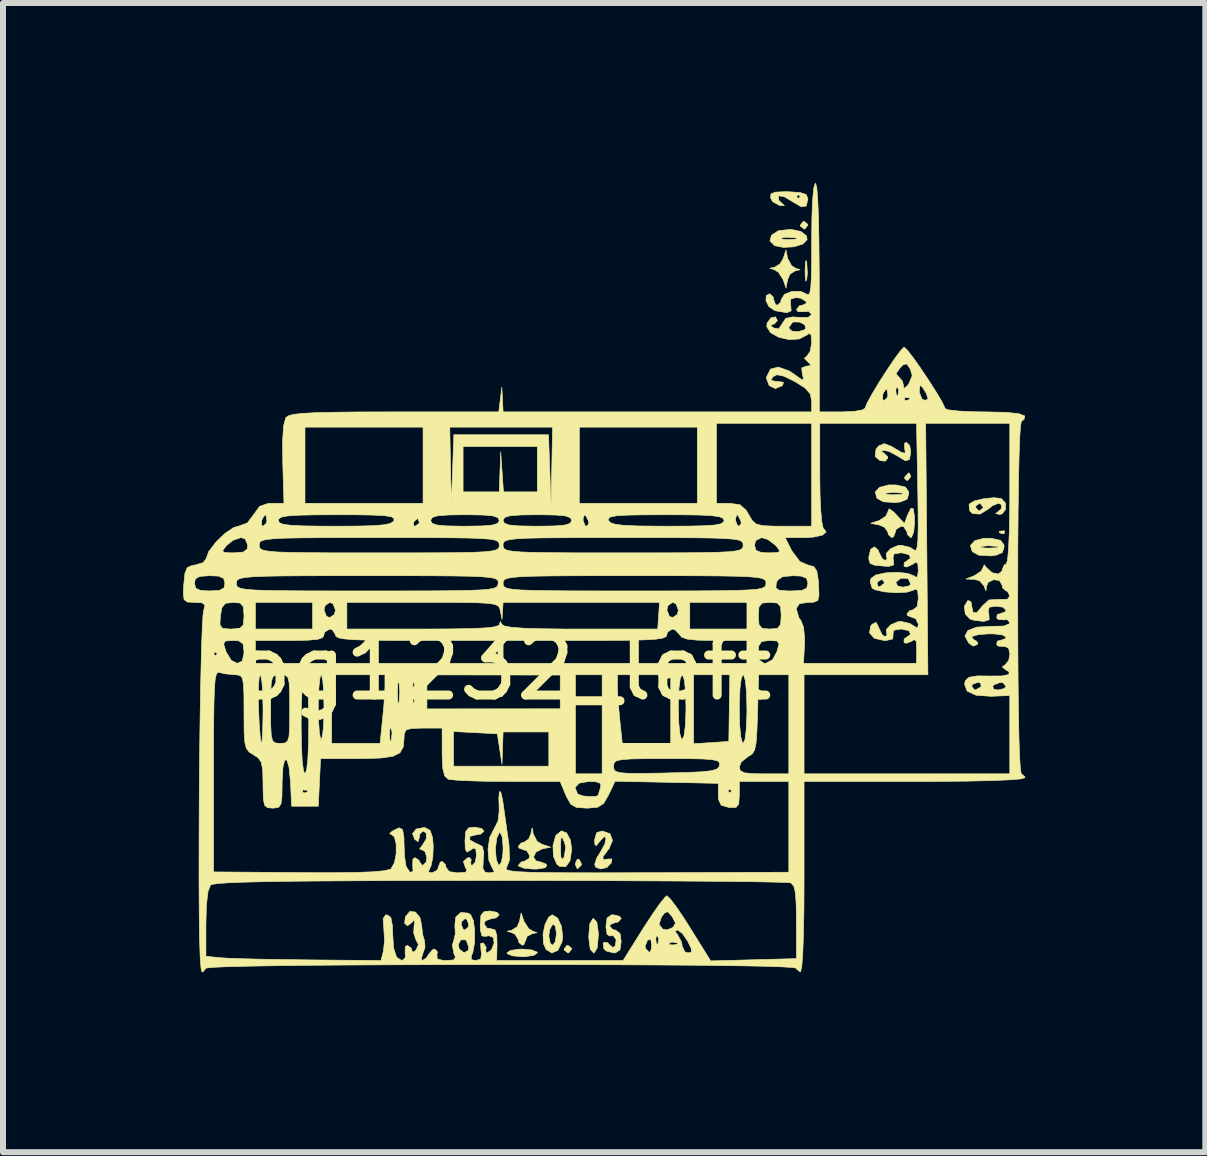
<source format=kicad_pcb>
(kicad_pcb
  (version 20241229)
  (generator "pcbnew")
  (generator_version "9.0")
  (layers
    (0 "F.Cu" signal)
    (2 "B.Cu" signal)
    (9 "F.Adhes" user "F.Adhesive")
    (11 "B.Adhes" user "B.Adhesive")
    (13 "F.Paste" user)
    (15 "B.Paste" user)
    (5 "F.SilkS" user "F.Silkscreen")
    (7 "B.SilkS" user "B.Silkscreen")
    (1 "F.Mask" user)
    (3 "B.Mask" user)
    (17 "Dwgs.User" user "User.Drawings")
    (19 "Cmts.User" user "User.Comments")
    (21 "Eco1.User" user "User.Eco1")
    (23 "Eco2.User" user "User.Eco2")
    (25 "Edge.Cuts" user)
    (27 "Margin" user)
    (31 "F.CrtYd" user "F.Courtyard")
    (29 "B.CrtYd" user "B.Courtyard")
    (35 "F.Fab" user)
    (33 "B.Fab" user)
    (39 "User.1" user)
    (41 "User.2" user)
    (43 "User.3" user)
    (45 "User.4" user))
  (footprint "pg1232_left"
    (layer "F.Cu")
    (at 5.355 7.579)
    (property "Reference" "pg1232_left" (at 0 0.5 0) (layer "F.SilkS") (effects (font (size 1 1) (thickness 0.15))))
    (attr through_hole)
    (fp_poly (pts (xy 8.341 -1.775) (xy 8.332 -1.737) (xy 8.298 -1.732) (xy 8.246 -1.756) (xy 8.256 -1.775) (xy 8.331 -1.782) (xy 8.341 -1.775)) (stroke (width 0.01) (type solid)) (fill yes) (layer "F.SilkS"))
    (fp_poly (pts (xy 1.251 3.698) (xy 1.287 3.774) (xy 1.279 3.797) (xy 1.217 3.853) (xy 1.187 3.789) (xy 1.186 3.757) (xy 1.217 3.691) (xy 1.251 3.698)) (stroke (width 0.01) (type solid)) (fill yes) (layer "F.SilkS"))
    (fp_poly (pts (xy -0.022 0.829) (xy -0.021 0.855) (xy -0.036 0.979) (xy -0.08 0.984) (xy -0.108 0.948) (xy -0.105 0.857) (xy -0.081 0.805) (xy -0.037 0.76) (xy -0.022 0.829)) (stroke (width 0.01) (type solid)) (fill yes) (layer "F.SilkS"))
    (fp_poly (pts (xy 1.121 5.174) (xy 1.123 5.189) (xy 1.074 5.251) (xy 1.059 5.253) (xy 0.998 5.204) (xy 0.996 5.189) (xy 1.044 5.128) (xy 1.059 5.126) (xy 1.121 5.174)) (stroke (width 0.01) (type solid)) (fill yes) (layer "F.SilkS"))
    (fp_poly (pts (xy 5.041 -6.257) (xy 5.051 -6.072) (xy 5.041 -5.971) (xy 5.025 -5.941) (xy 5.015 -6.021) (xy 5.013 -6.114) (xy 5.018 -6.251) (xy 5.031 -6.289) (xy 5.041 -6.257)) (stroke (width 0.01) (type solid)) (fill yes) (layer "F.SilkS"))
    (fp_poly (pts (xy 5.058 -6.891) (xy 5.06 -6.876) (xy 5.011 -6.814) (xy 4.996 -6.812) (xy 4.935 -6.861) (xy 4.933 -6.876) (xy 4.981 -6.937) (xy 4.996 -6.939) (xy 5.058 -6.891)) (stroke (width 0.01) (type solid)) (fill yes) (layer "F.SilkS"))
    (fp_poly (pts (xy 6.773 -2.699) (xy 6.774 -2.685) (xy 6.725 -2.624) (xy 6.707 -2.621) (xy 6.669 -2.66) (xy 6.679 -2.685) (xy 6.736 -2.745) (xy 6.746 -2.748) (xy 6.773 -2.699)) (stroke (width 0.01) (type solid)) (fill yes) (layer "F.SilkS"))
    (fp_poly (pts (xy 0.456 5.203) (xy 0.545 5.238) (xy 0.551 5.253) (xy 0.495 5.292) (xy 0.354 5.315) (xy 0.297 5.316) (xy 0.138 5.302) (xy 0.05 5.267) (xy 0.043 5.253) (xy 0.1 5.213) (xy 0.24 5.191) (xy 0.297 5.189) (xy 0.456 5.203)) (stroke (width 0.01) (type solid)) (fill yes) (layer "F.SilkS"))
    (fp_poly (pts (xy 1.543 4.742) (xy 1.567 4.919) (xy 1.567 4.967) (xy 1.55 5.166) (xy 1.501 5.25) (xy 1.488 5.253) (xy 1.433 5.192) (xy 1.409 5.015) (xy 1.408 4.967) (xy 1.425 4.768) (xy 1.474 4.684) (xy 1.488 4.681) (xy 1.543 4.742)) (stroke (width 0.01) (type solid)) (fill yes) (layer "F.SilkS"))
    (fp_poly (pts (xy 4.722 -6.324) (xy 4.788 -6.201) (xy 4.857 -6.157) (xy 4.932 -6.133) (xy 4.883 -6.123) (xy 4.858 -6.121) (xy 4.763 -6.061) (xy 4.723 -5.971) (xy 4.695 -5.828) (xy 4.648 -5.968) (xy 4.57 -6.09) (xy 4.498 -6.135) (xy 4.426 -6.158) (xy 4.478 -6.169) (xy 4.497 -6.17) (xy 4.595 -6.23) (xy 4.648 -6.32) (xy 4.695 -6.463) (xy 4.722 -6.324)) (stroke (width 0.01) (type solid)) (fill yes) (layer "F.SilkS"))
    (fp_poly (pts (xy 0.327 4.725) (xy 0.406 4.848) (xy 0.478 4.893) (xy 0.546 4.916) (xy 0.489 4.927) (xy 0.472 4.928) (xy 0.378 4.979) (xy 0.361 5.03) (xy 0.326 5.115) (xy 0.297 5.126) (xy 0.24 5.075) (xy 0.234 5.035) (xy 0.181 4.944) (xy 0.123 4.915) (xy 0.048 4.891) (xy 0.096 4.881) (xy 0.118 4.879) (xy 0.213 4.819) (xy 0.253 4.729) (xy 0.281 4.586) (xy 0.327 4.725)) (stroke (width 0.01) (type solid)) (fill yes) (layer "F.SilkS"))
    (fp_poly (pts (xy 4.941 -6.772) (xy 5.037 -6.698) (xy 5.047 -6.635) (xy 4.977 -6.562) (xy 4.829 -6.516) (xy 4.653 -6.505) (xy 4.504 -6.535) (xy 4.428 -6.613) (xy 4.437 -6.647) (xy 4.611 -6.647) (xy 4.699 -6.637) (xy 4.742 -6.637) (xy 4.858 -6.643) (xy 4.871 -6.66) (xy 4.853 -6.666) (xy 4.692 -6.675) (xy 4.631 -6.666) (xy 4.611 -6.647) (xy 4.437 -6.647) (xy 4.453 -6.708) (xy 4.564 -6.781) (xy 4.583 -6.786) (xy 4.778 -6.806) (xy 4.941 -6.772)) (stroke (width 0.01) (type solid)) (fill yes) (layer "F.SilkS"))
    (fp_poly (pts (xy 6.532 -2.546) (xy 6.683 -2.512) (xy 6.739 -2.436) (xy 6.742 -2.399) (xy 6.714 -2.309) (xy 6.606 -2.264) (xy 6.515 -2.253) (xy 6.32 -2.265) (xy 6.212 -2.324) (xy 6.191 -2.395) (xy 6.343 -2.395) (xy 6.419 -2.385) (xy 6.488 -2.383) (xy 6.619 -2.388) (xy 6.653 -2.403) (xy 6.632 -2.411) (xy 6.48 -2.423) (xy 6.378 -2.412) (xy 6.343 -2.395) (xy 6.191 -2.395) (xy 6.181 -2.427) (xy 6.254 -2.507) (xy 6.408 -2.547) (xy 6.532 -2.546)) (stroke (width 0.01) (type solid)) (fill yes) (layer "F.SilkS"))
    (fp_poly (pts (xy 8.119 -1.657) (xy 8.271 -1.623) (xy 8.327 -1.547) (xy 8.33 -1.51) (xy 8.301 -1.42) (xy 8.193 -1.375) (xy 8.102 -1.364) (xy 7.908 -1.376) (xy 7.8 -1.435) (xy 7.778 -1.506) (xy 7.93 -1.506) (xy 8.007 -1.496) (xy 8.076 -1.494) (xy 8.207 -1.499) (xy 8.24 -1.514) (xy 8.22 -1.522) (xy 8.067 -1.534) (xy 7.966 -1.523) (xy 7.93 -1.506) (xy 7.778 -1.506) (xy 7.769 -1.538) (xy 7.842 -1.618) (xy 7.995 -1.658) (xy 8.119 -1.657)) (stroke (width 0.01) (type solid)) (fill yes) (layer "F.SilkS"))
    (fp_poly (pts (xy 1.039 3.254) (xy 1.103 3.375) (xy 1.123 3.529) (xy 1.095 3.718) (xy 1.024 3.817) (xy 0.923 3.811) (xy 0.876 3.775) (xy 0.819 3.645) (xy 0.813 3.506) (xy 0.938 3.506) (xy 0.943 3.657) (xy 0.966 3.694) (xy 0.998 3.655) (xy 1.024 3.492) (xy 1 3.401) (xy 0.962 3.323) (xy 0.944 3.344) (xy 0.938 3.478) (xy 0.938 3.506) (xy 0.813 3.506) (xy 0.811 3.466) (xy 0.855 3.305) (xy 0.863 3.291) (xy 0.952 3.219) (xy 1.039 3.254)) (stroke (width 0.01) (type solid)) (fill yes) (layer "F.SilkS"))
    (fp_poly (pts (xy 0.89 4.673) (xy 0.953 4.81) (xy 0.973 4.983) (xy 0.963 5.066) (xy 0.893 5.21) (xy 0.793 5.254) (xy 0.697 5.196) (xy 0.653 5.098) (xy 0.647 4.971) (xy 0.742 4.971) (xy 0.764 5.088) (xy 0.805 5.126) (xy 0.849 5.07) (xy 0.869 4.937) (xy 0.869 4.931) (xy 0.851 4.805) (xy 0.807 4.775) (xy 0.805 4.776) (xy 0.756 4.864) (xy 0.742 4.971) (xy 0.647 4.971) (xy 0.645 4.943) (xy 0.679 4.779) (xy 0.741 4.655) (xy 0.801 4.618) (xy 0.89 4.673)) (stroke (width 0.01) (type solid)) (fill yes) (layer "F.SilkS"))
    (fp_poly (pts (xy 1.761 3.266) (xy 1.803 3.377) (xy 1.747 3.514) (xy 1.734 3.53) (xy 1.644 3.65) (xy 1.65 3.702) (xy 1.727 3.688) (xy 1.794 3.687) (xy 1.783 3.753) (xy 1.71 3.829) (xy 1.605 3.854) (xy 1.522 3.823) (xy 1.506 3.776) (xy 1.543 3.667) (xy 1.601 3.574) (xy 1.675 3.439) (xy 1.694 3.355) (xy 1.677 3.307) (xy 1.616 3.364) (xy 1.601 3.383) (xy 1.531 3.467) (xy 1.509 3.442) (xy 1.506 3.364) (xy 1.54 3.248) (xy 1.633 3.221) (xy 1.761 3.266)) (stroke (width 0.01) (type solid)) (fill yes) (layer "F.SilkS"))
    (fp_poly (pts (xy 6.757 -3.202) (xy 6.774 -3.098) (xy 6.754 -2.97) (xy 6.684 -2.95) (xy 6.549 -3.032) (xy 6.548 -3.032) (xy 6.414 -3.104) (xy 6.33 -3.122) (xy 6.277 -3.109) (xy 6.314 -3.087) (xy 6.387 -3.021) (xy 6.393 -2.997) (xy 6.351 -2.943) (xy 6.263 -2.952) (xy 6.188 -3.015) (xy 6.181 -3.029) (xy 6.195 -3.141) (xy 6.238 -3.196) (xy 6.333 -3.235) (xy 6.454 -3.189) (xy 6.486 -3.169) (xy 6.628 -3.084) (xy 6.685 -3.079) (xy 6.674 -3.151) (xy 6.67 -3.161) (xy 6.673 -3.243) (xy 6.704 -3.256) (xy 6.757 -3.202)) (stroke (width 0.01) (type solid)) (fill yes) (layer "F.SilkS"))
    (fp_poly (pts (xy 6.816 -2.15) (xy 6.836 -2.019) (xy 6.838 -1.923) (xy 6.824 -1.764) (xy 6.788 -1.675) (xy 6.774 -1.669) (xy 6.718 -1.72) (xy 6.711 -1.764) (xy 6.66 -1.848) (xy 6.615 -1.859) (xy 6.531 -1.808) (xy 6.52 -1.764) (xy 6.486 -1.68) (xy 6.457 -1.669) (xy 6.4 -1.72) (xy 6.393 -1.76) (xy 6.339 -1.841) (xy 6.25 -1.879) (xy 6.107 -1.907) (xy 6.25 -1.954) (xy 6.361 -2.028) (xy 6.393 -2.101) (xy 6.413 -2.149) (xy 6.483 -2.102) (xy 6.531 -2.053) (xy 6.669 -1.904) (xy 6.72 -2.041) (xy 6.777 -2.158) (xy 6.816 -2.15)) (stroke (width 0.01) (type solid)) (fill yes) (layer "F.SilkS"))
    (fp_poly (pts (xy 4.738 -7.433) (xy 4.933 -7.42) (xy 5.031 -7.387) (xy 5.059 -7.322) (xy 5.06 -7.313) (xy 5.033 -7.196) (xy 4.947 -7.183) (xy 4.794 -7.274) (xy 4.791 -7.276) (xy 4.663 -7.352) (xy 4.659 -7.352) (xy 4.869 -7.352) (xy 4.901 -7.32) (xy 4.933 -7.352) (xy 4.901 -7.384) (xy 4.869 -7.352) (xy 4.659 -7.352) (xy 4.577 -7.365) (xy 4.57 -7.36) (xy 4.574 -7.292) (xy 4.617 -7.25) (xy 4.668 -7.204) (xy 4.605 -7.203) (xy 4.584 -7.206) (xy 4.471 -7.27) (xy 4.437 -7.333) (xy 4.445 -7.397) (xy 4.517 -7.427) (xy 4.683 -7.434) (xy 4.738 -7.433)) (stroke (width 0.01) (type solid)) (fill yes) (layer "F.SilkS"))
    (fp_poly (pts (xy 1.924 4.644) (xy 1.948 4.681) (xy 1.897 4.738) (xy 1.853 4.745) (xy 1.768 4.779) (xy 1.758 4.808) (xy 1.809 4.865) (xy 1.853 4.872) (xy 1.929 4.929) (xy 1.948 5.062) (xy 1.928 5.202) (xy 1.853 5.251) (xy 1.825 5.253) (xy 1.702 5.222) (xy 1.66 5.185) (xy 1.648 5.094) (xy 1.66 5.076) (xy 1.722 5.082) (xy 1.753 5.118) (xy 1.814 5.165) (xy 1.849 5.132) (xy 1.865 5.035) (xy 1.818 4.966) (xy 1.753 4.97) (xy 1.713 4.942) (xy 1.694 4.824) (xy 1.694 4.812) (xy 1.713 4.671) (xy 1.785 4.62) (xy 1.821 4.618) (xy 1.924 4.644)) (stroke (width 0.01) (type solid)) (fill yes) (layer "F.SilkS"))
    (fp_poly (pts (xy 0.474 3.194) (xy 0.479 3.261) (xy 0.544 3.391) (xy 0.631 3.444) (xy 0.773 3.491) (xy 0.631 3.519) (xy 0.527 3.573) (xy 0.488 3.655) (xy 0.526 3.718) (xy 0.579 3.729) (xy 0.687 3.767) (xy 0.71 3.792) (xy 0.681 3.834) (xy 0.547 3.855) (xy 0.491 3.856) (xy 0.331 3.842) (xy 0.241 3.807) (xy 0.234 3.792) (xy 0.285 3.736) (xy 0.329 3.729) (xy 0.413 3.678) (xy 0.424 3.633) (xy 0.373 3.549) (xy 0.329 3.538) (xy 0.244 3.504) (xy 0.234 3.475) (xy 0.285 3.418) (xy 0.325 3.411) (xy 0.406 3.357) (xy 0.443 3.268) (xy 0.464 3.17) (xy 0.474 3.194)) (stroke (width 0.01) (type solid)) (fill yes) (layer "F.SilkS"))
    (fp_poly (pts (xy 8.282 -2.32) (xy 8.353 -2.245) (xy 8.355 -2.139) (xy 8.295 -2.063) (xy 8.251 -2.055) (xy 8.19 -2.071) (xy 8.219 -2.092) (xy 8.29 -2.156) (xy 8.281 -2.223) (xy 8.23 -2.24) (xy 8.134 -2.199) (xy 8.067 -2.145) (xy 7.93 -2.061) (xy 7.805 -2.069) (xy 7.758 -2.113) (xy 7.75 -2.177) (xy 7.854 -2.177) (xy 7.902 -2.115) (xy 7.917 -2.113) (xy 7.979 -2.162) (xy 7.981 -2.177) (xy 7.932 -2.238) (xy 7.917 -2.24) (xy 7.856 -2.192) (xy 7.854 -2.177) (xy 7.75 -2.177) (xy 7.746 -2.215) (xy 7.754 -2.233) (xy 7.839 -2.281) (xy 7.995 -2.318) (xy 8.162 -2.334) (xy 8.282 -2.32)) (stroke (width 0.01) (type solid)) (fill yes) (layer "F.SilkS"))
    (fp_poly (pts (xy 5.207 -7.512) (xy 5.223 -7.326) (xy 5.236 -7.022) (xy 5.244 -6.604) (xy 5.249 -6.075) (xy 5.25 -5.669) (xy 5.25 -3.764) (xy 5.631 -3.764) (xy 5.832 -3.773) (xy 5.97 -3.797) (xy 6.012 -3.825) (xy 6.044 -3.907) (xy 6.078 -3.968) (xy 6.305 -3.968) (xy 6.332 -3.955) (xy 6.377 -3.997) (xy 6.668 -3.997) (xy 6.677 -3.959) (xy 6.711 -3.955) (xy 6.763 -3.978) (xy 6.753 -3.997) (xy 6.678 -4.005) (xy 6.668 -3.997) (xy 6.377 -3.997) (xy 6.386 -4.006) (xy 6.393 -4.05) (xy 6.382 -4.119) (xy 6.525 -4.119) (xy 6.537 -4.036) (xy 6.559 -4.035) (xy 6.574 -4.12) (xy 6.564 -4.157) (xy 6.535 -4.181) (xy 6.525 -4.119) (xy 6.382 -4.119) (xy 6.38 -4.135) (xy 6.368 -4.145) (xy 6.327 -4.096) (xy 6.307 -4.05) (xy 6.305 -3.968) (xy 6.078 -3.968) (xy 6.128 -4.06) (xy 6.244 -4.253) (xy 6.34 -4.402) (xy 6.529 -4.402) (xy 6.568 -4.355) (xy 6.568 -4.355) (xy 6.638 -4.274) (xy 6.649 -4.219) (xy 6.661 -4.154) (xy 6.663 -4.156) (xy 6.918 -4.156) (xy 6.919 -4.082) (xy 6.962 -3.978) (xy 7.012 -3.955) (xy 7.064 -3.981) (xy 7.031 -4.077) (xy 7.028 -4.082) (xy 6.965 -4.181) (xy 6.935 -4.209) (xy 6.918 -4.156) (xy 6.663 -4.156) (xy 6.707 -4.189) (xy 6.742 -4.233) (xy 6.799 -4.368) (xy 6.766 -4.479) (xy 6.707 -4.565) (xy 6.647 -4.548) (xy 6.593 -4.494) (xy 6.529 -4.402) (xy 6.34 -4.402) (xy 6.375 -4.457) (xy 6.5 -4.643) (xy 6.602 -4.781) (xy 6.661 -4.843) (xy 6.664 -4.843) (xy 6.717 -4.794) (xy 6.817 -4.665) (xy 6.944 -4.485) (xy 7.079 -4.282) (xy 7.204 -4.086) (xy 7.299 -3.926) (xy 7.344 -3.829) (xy 7.346 -3.82) (xy 7.405 -3.797) (xy 7.565 -3.779) (xy 7.799 -3.767) (xy 8.012 -3.764) (xy 8.354 -3.757) (xy 8.574 -3.735) (xy 8.675 -3.696) (xy 8.663 -3.64) (xy 8.618 -3.607) (xy 8.604 -3.535) (xy 8.591 -3.344) (xy 8.58 -3.04) (xy 8.571 -2.63) (xy 8.564 -2.123) (xy 8.559 -1.525) (xy 8.558 -0.843) (xy 8.557 -0.651) (xy 8.559 0.064) (xy 8.563 0.69) (xy 8.569 1.22) (xy 8.577 1.649) (xy 8.588 1.97) (xy 8.601 2.178) (xy 8.615 2.266) (xy 8.618 2.268) (xy 8.677 2.317) (xy 8.679 2.332) (xy 8.616 2.352) (xy 8.431 2.368) (xy 8.128 2.381) (xy 7.711 2.39) (xy 7.184 2.395) (xy 6.838 2.395) (xy 4.996 2.395) (xy 4.996 3.983) (xy 4.994 4.519) (xy 4.986 4.951) (xy 4.974 5.273) (xy 4.958 5.481) (xy 4.937 5.568) (xy 4.933 5.57) (xy 4.871 5.523) (xy 4.869 5.508) (xy 4.806 5.496) (xy 4.619 5.485) (xy 4.311 5.475) (xy 3.886 5.467) (xy 3.346 5.46) (xy 2.694 5.455) (xy 1.933 5.451) (xy 1.067 5.448) (xy 0.098 5.448) (xy -0.052 5.448) (xy -1.005 5.449) (xy -1.867 5.451) (xy -2.632 5.455) (xy -3.297 5.46) (xy -3.857 5.467) (xy -4.309 5.475) (xy -4.647 5.484) (xy -4.868 5.494) (xy -4.968 5.506) (xy -4.973 5.509) (xy -5.022 5.568) (xy -5.038 5.57) (xy -5.055 5.508) (xy -5.069 5.321) (xy -5.079 5.01) (xy -5.083 4.754) (xy -4.973 4.754) (xy -4.973 5.309) (xy -4.735 5.333) (xy -4.597 5.342) (xy -4.357 5.35) (xy -4.039 5.358) (xy -3.668 5.364) (xy -3.276 5.369) (xy -2.055 5.38) (xy -2.014 5.218) (xy -1.996 5.039) (xy -2.009 4.837) (xy -2.02 4.682) (xy -1.98 4.622) (xy -1.953 4.618) (xy -1.891 4.661) (xy -1.864 4.802) (xy -1.862 4.898) (xy -1.846 5.169) (xy -1.795 5.326) (xy -1.707 5.38) (xy -1.702 5.38) (xy -1.647 5.331) (xy -1.653 5.253) (xy -1.651 5.151) (xy -1.615 5.126) (xy -1.549 5.175) (xy -1.544 5.202) (xy -1.524 5.245) (xy -1.471 5.205) (xy -1.431 5.112) (xy -1.468 5.046) (xy -1.51 4.922) (xy -1.504 4.805) (xy -1.49 4.707) (xy -1.519 4.72) (xy -1.535 4.743) (xy -1.613 4.801) (xy -1.661 4.759) (xy -1.648 4.648) (xy -1.573 4.561) (xy -1.481 4.572) (xy -1.405 4.665) (xy -1.379 4.784) (xy -1.361 4.947) (xy -1.329 5.052) (xy -1.321 5.159) (xy -1.353 5.251) (xy -1.385 5.35) (xy -1.363 5.38) (xy -1.291 5.329) (xy -1.267 5.284) (xy -1.196 5.2) (xy -1.159 5.189) (xy -1.114 5.235) (xy -1.123 5.284) (xy -1.117 5.354) (xy -1.014 5.379) (xy -0.969 5.38) (xy -0.841 5.369) (xy -0.814 5.323) (xy -0.839 5.265) (xy -0.866 5.125) (xy -0.863 5.114) (xy -0.767 5.114) (xy -0.751 5.189) (xy -0.67 5.25) (xy -0.603 5.214) (xy -0.592 5.161) (xy -0.628 5.055) (xy -0.651 5.033) (xy -0.726 5.037) (xy -0.767 5.114) (xy -0.863 5.114) (xy -0.846 5.062) (xy -0.816 4.935) (xy -0.824 4.804) (xy -0.822 4.776) (xy -0.719 4.776) (xy -0.685 4.861) (xy -0.655 4.872) (xy -0.599 4.82) (xy -0.592 4.776) (xy -0.626 4.692) (xy -0.655 4.681) (xy -0.712 4.733) (xy -0.719 4.776) (xy -0.822 4.776) (xy -0.81 4.658) (xy -0.723 4.578) (xy -0.6 4.591) (xy -0.56 4.618) (xy -0.514 4.719) (xy -0.493 4.894) (xy -0.496 5.088) (xy -0.526 5.251) (xy -0.549 5.3) (xy -0.551 5.365) (xy -0.477 5.38) (xy -0.392 5.355) (xy -0.38 5.257) (xy -0.388 5.212) (xy -0.395 5.095) (xy -0.349 5.087) (xy -0.346 5.089) (xy -0.3 5.165) (xy -0.309 5.194) (xy -0.303 5.249) (xy -0.285 5.253) (xy -0.213 5.201) (xy -0.17 5.091) (xy -0.181 4.996) (xy -0.26 4.966) (xy -0.308 4.977) (xy -0.372 4.971) (xy -0.399 4.873) (xy -0.401 4.783) (xy -0.39 4.63) (xy -0.34 4.566) (xy -0.243 4.554) (xy -0.123 4.576) (xy -0.084 4.618) (xy -0.137 4.669) (xy -0.211 4.681) (xy -0.314 4.718) (xy -0.338 4.769) (xy -0.287 4.84) (xy -0.227 4.849) (xy -0.156 4.867) (xy -0.125 4.955) (xy -0.121 5.11) (xy -0.127 5.38) (xy 1.98 5.38) (xy 2.128 5.143) (xy 2.346 5.143) (xy 2.358 5.184) (xy 2.42 5.249) (xy 2.452 5.191) (xy 2.456 5.113) (xy 2.456 5.111) (xy 2.738 5.111) (xy 2.8 5.121) (xy 2.882 5.109) (xy 2.883 5.087) (xy 2.798 5.072) (xy 2.762 5.082) (xy 2.738 5.111) (xy 2.456 5.111) (xy 2.441 5.025) (xy 2.525 5.025) (xy 2.536 5.108) (xy 2.558 5.109) (xy 2.573 5.024) (xy 2.563 4.987) (xy 2.535 4.963) (xy 2.525 5.025) (xy 2.441 5.025) (xy 2.441 5.021) (xy 2.387 5.043) (xy 2.386 5.044) (xy 2.346 5.143) (xy 2.128 5.143) (xy 2.285 4.892) (xy 2.845 4.892) (xy 2.888 4.948) (xy 2.955 5.075) (xy 2.964 5.138) (xy 3.008 5.234) (xy 3.061 5.253) (xy 3.12 5.24) (xy 3.115 5.179) (xy 3.059 5.062) (xy 2.972 4.933) (xy 2.892 4.872) (xy 2.886 4.872) (xy 2.845 4.892) (xy 2.285 4.892) (xy 2.318 4.84) (xy 2.359 4.777) (xy 2.579 4.777) (xy 2.641 4.857) (xy 2.71 4.87) (xy 2.786 4.84) (xy 2.816 4.823) (xy 2.853 4.756) (xy 2.8 4.653) (xy 2.727 4.567) (xy 2.673 4.585) (xy 2.62 4.653) (xy 2.579 4.777) (xy 2.359 4.777) (xy 2.466 4.613) (xy 2.592 4.433) (xy 2.681 4.323) (xy 2.711 4.3) (xy 2.765 4.351) (xy 2.868 4.487) (xy 3.003 4.686) (xy 3.102 4.843) (xy 3.44 5.386) (xy 4.869 5.348) (xy 4.869 4.736) (xy 4.865 4.442) (xy 4.852 4.252) (xy 4.826 4.142) (xy 4.782 4.091) (xy 4.769 4.085) (xy 4.69 4.079) (xy 4.495 4.073) (xy 4.193 4.067) (xy 3.794 4.062) (xy 3.309 4.058) (xy 2.748 4.054) (xy 2.12 4.051) (xy 1.436 4.048) (xy 0.705 4.047) (xy -0.061 4.046) (xy -0.076 4.046) (xy -1.02 4.047) (xy -1.842 4.048) (xy -2.551 4.051) (xy -3.153 4.055) (xy -3.653 4.06) (xy -4.059 4.067) (xy -4.377 4.075) (xy -4.614 4.085) (xy -4.775 4.097) (xy -4.868 4.111) (xy -4.897 4.122) (xy -4.938 4.23) (xy -4.964 4.447) (xy -4.973 4.754) (xy -5.083 4.754) (xy -5.085 4.573) (xy -5.088 4.01) (xy -5.087 3.321) (xy -5.084 2.633) (xy -5.081 2.222) (xy -4.846 2.222) (xy -4.846 3.903) (xy -3.412 3.914) (xy -2.889 3.916) (xy -2.485 3.912) (xy -2.191 3.901) (xy -1.998 3.883) (xy -1.899 3.858) (xy -1.888 3.851) (xy -1.831 3.751) (xy -1.802 3.598) (xy -1.802 3.438) (xy -1.832 3.319) (xy -1.878 3.283) (xy -1.911 3.261) (xy -1.862 3.221) (xy -1.753 3.167) (xy -1.695 3.198) (xy -1.673 3.329) (xy -1.671 3.438) (xy -1.663 3.634) (xy -1.642 3.787) (xy -1.633 3.819) (xy -1.57 3.911) (xy -1.522 3.895) (xy -1.526 3.792) (xy -1.524 3.69) (xy -1.488 3.665) (xy -1.421 3.709) (xy -1.417 3.729) (xy -1.369 3.79) (xy -1.354 3.792) (xy -1.302 3.739) (xy -1.29 3.665) (xy -1.322 3.562) (xy -1.367 3.538) (xy -1.411 3.519) (xy -1.367 3.462) (xy -1.301 3.354) (xy -1.3 3.257) (xy -1.354 3.221) (xy -1.408 3.273) (xy -1.417 3.329) (xy -1.435 3.399) (xy -1.494 3.36) (xy -1.529 3.265) (xy -1.469 3.189) (xy -1.344 3.164) (xy -1.313 3.168) (xy -1.235 3.213) (xy -1.196 3.331) (xy -1.184 3.475) (xy -1.192 3.666) (xy -1.223 3.809) (xy -1.24 3.839) (xy -1.265 3.905) (xy -1.203 3.919) (xy -1.114 3.872) (xy -1.1 3.824) (xy -1.066 3.739) (xy -1.036 3.729) (xy -0.98 3.78) (xy -0.973 3.824) (xy -0.918 3.898) (xy -0.775 3.919) (xy -0.645 3.909) (xy -0.623 3.87) (xy -0.647 3.834) (xy -0.682 3.73) (xy -0.613 3.669) (xy -0.577 3.665) (xy -0.549 3.705) (xy -0.56 3.729) (xy -0.555 3.787) (xy -0.532 3.792) (xy -0.482 3.738) (xy -0.465 3.626) (xy -0.476 3.514) (xy -0.521 3.509) (xy -0.56 3.538) (xy -0.623 3.573) (xy -0.65 3.522) (xy -0.655 3.387) (xy -0.644 3.234) (xy -0.595 3.169) (xy -0.497 3.157) (xy -0.377 3.179) (xy -0.338 3.221) (xy -0.391 3.272) (xy -0.465 3.284) (xy -0.574 3.311) (xy -0.575 3.37) (xy -0.471 3.428) (xy -0.457 3.432) (xy -0.368 3.477) (xy -0.341 3.576) (xy -0.349 3.693) (xy -0.357 3.845) (xy -0.319 3.909) (xy -0.249 3.919) (xy -0.165 3.904) (xy -0.194 3.847) (xy -0.198 3.843) (xy -0.257 3.711) (xy -0.27 3.542) (xy -0.147 3.542) (xy -0.133 3.7) (xy -0.097 3.786) (xy -0.084 3.792) (xy -0.046 3.735) (xy -0.023 3.592) (xy -0.02 3.503) (xy -0.032 3.326) (xy -0.066 3.25) (xy -0.084 3.252) (xy -0.124 3.336) (xy -0.146 3.494) (xy -0.147 3.542) (xy -0.27 3.542) (xy -0.271 3.52) (xy -0.243 3.328) (xy -0.174 3.193) (xy -0.105 3.057) (xy -0.085 2.887) (xy -0.091 2.669) (xy -0.081 2.563) (xy -0.059 2.574) (xy -0.028 2.704) (xy -0.013 2.808) (xy 0.024 3.072) (xy 0.061 3.332) (xy 0.079 3.46) (xy 0.088 3.702) (xy 0.04 3.828) (xy 0.03 3.852) (xy 0.053 3.873) (xy 0.12 3.888) (xy 0.242 3.9) (xy 0.43 3.909) (xy 0.696 3.914) (xy 1.05 3.917) (xy 1.505 3.918) (xy 2.07 3.917) (xy 2.351 3.916) (xy 4.742 3.908) (xy 4.742 2.395) (xy 3.917 2.395) (xy 3.917 2.622) (xy 3.908 2.771) (xy 3.861 2.829) (xy 3.747 2.829) (xy 3.742 2.828) (xy 3.616 2.792) (xy 3.571 2.698) (xy 3.567 2.617) (xy 3.567 2.554) (xy 3.726 2.554) (xy 3.758 2.586) (xy 3.79 2.554) (xy 3.758 2.522) (xy 3.726 2.554) (xy 3.567 2.554) (xy 3.567 2.427) (xy 2.707 2.409) (xy 1.846 2.392) (xy 1.74 2.616) (xy 1.656 2.762) (xy 1.557 2.825) (xy 1.389 2.84) (xy 1.374 2.84) (xy 1.202 2.828) (xy 1.105 2.772) (xy 1.032 2.638) (xy 1.023 2.617) (xy 0.973 2.496) (xy 1.179 2.496) (xy 1.22 2.598) (xy 1.229 2.607) (xy 1.307 2.636) (xy 1.43 2.649) (xy 1.536 2.642) (xy 1.567 2.623) (xy 1.587 2.548) (xy 1.606 2.496) (xy 1.607 2.428) (xy 1.522 2.399) (xy 1.415 2.395) (xy 1.249 2.423) (xy 1.179 2.496) (xy 0.973 2.496) (xy 0.93 2.395) (xy 0.048 2.395) (xy -0.282 2.393) (xy -0.57 2.385) (xy -0.792 2.374) (xy -0.92 2.361) (xy -0.936 2.357) (xy -0.994 2.302) (xy -1.026 2.176) (xy -1.027 2.141) (xy -0.846 2.141) (xy 0.742 2.141) (xy 0.742 1.57) (xy -0.02 1.57) (xy -0.038 2.109) (xy -0.116 1.601) (xy -0.846 1.563) (xy -0.846 2.141) (xy -1.027 2.141) (xy -1.036 1.954) (xy -1.036 1.912) (xy -1.036 1.506) (xy -1.354 1.506) (xy -1.542 1.511) (xy -1.636 1.536) (xy -1.668 1.602) (xy -1.671 1.684) (xy -1.685 1.824) (xy -1.74 1.918) (xy -1.857 1.976) (xy -2.055 2.005) (xy -2.355 2.014) (xy -2.443 2.014) (xy -3.062 2.014) (xy -3.1 2.808) (xy -3.545 2.808) (xy -3.557 2.543) (xy -3.365 2.543) (xy -3.356 2.581) (xy -3.322 2.586) (xy -3.27 2.562) (xy -3.28 2.543) (xy -3.355 2.536) (xy -3.365 2.543) (xy -3.557 2.543) (xy -3.563 2.411) (xy -3.587 2.163) (xy -3.622 2.04) (xy -3.66 2.039) (xy -3.69 2.161) (xy -3.703 2.403) (xy -3.703 2.427) (xy -3.706 2.649) (xy -3.722 2.772) (xy -3.761 2.826) (xy -3.836 2.839) (xy -3.862 2.84) (xy -3.948 2.832) (xy -3.996 2.79) (xy -4.016 2.685) (xy -4.021 2.487) (xy -4.021 2.438) (xy -4.026 2.214) (xy -4.048 2.08) (xy -4.101 2.002) (xy -4.18 1.951) (xy -4.252 1.905) (xy -4.299 1.845) (xy -4.324 1.744) (xy -4.336 1.575) (xy -4.338 1.311) (xy -4.338 1.241) (xy -4.339 1.06) (xy -4.099 1.06) (xy -4.096 1.189) (xy -4.084 1.44) (xy -4.069 1.635) (xy -4.055 1.746) (xy -4.048 1.76) (xy -4.036 1.701) (xy -4.027 1.544) (xy -4.022 1.316) (xy -4.021 1.189) (xy -3.894 1.189) (xy -3.893 1.459) (xy -3.884 1.627) (xy -3.862 1.717) (xy -3.819 1.753) (xy -3.749 1.76) (xy -3.735 1.76) (xy -3.66 1.756) (xy -3.613 1.726) (xy -3.588 1.646) (xy -3.578 1.492) (xy -3.578 1.443) (xy -3.386 1.443) (xy -3.381 1.796) (xy -3.368 2.06) (xy -3.346 2.221) (xy -3.322 2.268) (xy -3.295 2.207) (xy -3.275 2.032) (xy -3.262 1.756) (xy -3.259 1.443) (xy -3.263 1.157) (xy -3.1 1.157) (xy -3.095 1.401) (xy -3.081 1.587) (xy -3.061 1.687) (xy -3.052 1.697) (xy -3.031 1.638) (xy -3.014 1.482) (xy -3.006 1.257) (xy -3.005 1.157) (xy -3.01 0.913) (xy -3.024 0.727) (xy -3.044 0.626) (xy -3.052 0.617) (xy -2.878 0.617) (xy -2.878 1.76) (xy -2.07 1.76) (xy -2.054 1.601) (xy -1.913 1.601) (xy -1.906 1.71) (xy -1.886 1.719) (xy -1.884 1.714) (xy -1.871 1.588) (xy -1.881 1.523) (xy -1.902 1.497) (xy -1.913 1.582) (xy -1.913 1.601) (xy -2.054 1.601) (xy -2.03 1.37) (xy -2.013 1.186) (xy -1.29 1.186) (xy 0.932 1.184) (xy 0.932 0.622) (xy -1.29 0.619) (xy -1.29 1.186) (xy -2.013 1.186) (xy -2.007 1.127) (xy -1.993 0.909) (xy -1.992 0.903) (xy -1.78 0.903) (xy -1.776 1.054) (xy -1.765 1.109) (xy -1.754 1.078) (xy -1.742 0.904) (xy -1.742 0.903) (xy -1.526 0.903) (xy -1.522 1.054) (xy -1.511 1.109) (xy -1.5 1.078) (xy -1.488 0.904) (xy -1.499 0.761) (xy -1.513 0.717) (xy -1.523 0.786) (xy -1.526 0.903) (xy -1.742 0.903) (xy -1.753 0.761) (xy -1.767 0.717) (xy -1.777 0.786) (xy -1.78 0.903) (xy -1.992 0.903) (xy -1.989 0.798) (xy -1.989 0.617) (xy 1.186 0.617) (xy 1.186 2.268) (xy 1.631 2.268) (xy 1.631 2.143) (xy 1.821 2.143) (xy 1.827 2.194) (xy 1.858 2.229) (xy 1.933 2.25) (xy 2.072 2.26) (xy 2.296 2.261) (xy 2.623 2.256) (xy 2.694 2.254) (xy 3.045 2.245) (xy 3.29 2.234) (xy 3.447 2.217) (xy 3.536 2.192) (xy 3.576 2.156) (xy 3.917 2.156) (xy 3.934 2.217) (xy 4.006 2.252) (xy 4.158 2.266) (xy 4.329 2.268) (xy 4.742 2.268) (xy 4.742 0.617) (xy 4.996 0.617) (xy 4.996 2.268) (xy 8.425 2.268) (xy 8.425 0.963) (xy 8.112 0.976) (xy 7.864 0.959) (xy 7.714 0.889) (xy 7.684 0.808) (xy 7.79 0.808) (xy 7.836 0.869) (xy 7.85 0.871) (xy 7.936 0.825) (xy 7.949 0.808) (xy 8.139 0.808) (xy 8.159 0.858) (xy 8.231 0.871) (xy 8.336 0.845) (xy 8.362 0.808) (xy 8.311 0.751) (xy 8.27 0.744) (xy 8.162 0.783) (xy 8.139 0.808) (xy 7.949 0.808) (xy 7.935 0.753) (xy 7.889 0.744) (xy 7.802 0.777) (xy 7.79 0.808) (xy 7.684 0.808) (xy 7.671 0.772) (xy 7.685 0.715) (xy 7.745 0.659) (xy 7.884 0.636) (xy 8.073 0.638) (xy 8.295 0.637) (xy 8.411 0.613) (xy 8.413 0.568) (xy 8.346 0.527) (xy 8.299 0.486) (xy 8.346 0.453) (xy 8.407 0.379) (xy 8.427 0.27) (xy 8.405 0.174) (xy 8.345 0.145) (xy 8.336 0.147) (xy 8.234 0.14) (xy 8.206 0.114) (xy 8.217 0.056) (xy 8.263 0.046) (xy 8.35 0.016) (xy 8.362 -0.012) (xy 8.305 -0.046) (xy 8.161 -0.064) (xy 8.076 -0.065) (xy 7.905 -0.052) (xy 7.803 -0.024) (xy 7.79 -0.008) (xy 7.839 0.044) (xy 7.857 0.046) (xy 7.894 0.085) (xy 7.882 0.115) (xy 7.813 0.14) (xy 7.74 0.087) (xy 7.677 -0.029) (xy 7.726 -0.12) (xy 7.875 -0.177) (xy 8.112 -0.19) (xy 8.114 -0.19) (xy 8.326 -0.195) (xy 8.419 -0.234) (xy 8.425 -0.254) (xy 8.38 -0.304) (xy 8.336 -0.297) (xy 8.234 -0.304) (xy 8.206 -0.331) (xy 8.217 -0.389) (xy 8.263 -0.399) (xy 8.35 -0.432) (xy 8.362 -0.462) (xy 8.307 -0.51) (xy 8.199 -0.526) (xy 8.083 -0.509) (xy 8.065 -0.438) (xy 8.076 -0.399) (xy 8.081 -0.299) (xy 7.992 -0.272) (xy 7.99 -0.272) (xy 7.83 -0.291) (xy 7.764 -0.31) (xy 7.683 -0.396) (xy 7.667 -0.522) (xy 7.726 -0.621) (xy 7.727 -0.621) (xy 7.777 -0.602) (xy 7.79 -0.53) (xy 7.814 -0.417) (xy 7.879 -0.421) (xy 7.97 -0.532) (xy 8.076 -0.63) (xy 8.239 -0.639) (xy 8.239 -0.639) (xy 8.385 -0.641) (xy 8.425 -0.696) (xy 8.387 -0.773) (xy 8.362 -0.78) (xy 8.305 -0.831) (xy 8.298 -0.875) (xy 8.253 -0.953) (xy 8.157 -0.968) (xy 8.066 -0.925) (xy 8.037 -0.859) (xy 8.028 -0.781) (xy 8.009 -0.826) (xy 8 -0.859) (xy 7.921 -0.95) (xy 7.833 -0.974) (xy 7.695 -0.978) (xy 7.838 -1.036) (xy 7.948 -1.11) (xy 7.982 -1.175) (xy 7.999 -1.216) (xy 8.04 -1.165) (xy 8.132 -1.083) (xy 8.233 -1.062) (xy 8.295 -1.11) (xy 8.298 -1.135) (xy 8.334 -1.215) (xy 8.362 -1.224) (xy 8.386 -1.286) (xy 8.404 -1.467) (xy 8.417 -1.758) (xy 8.424 -2.152) (xy 8.425 -2.399) (xy 8.425 -3.574) (xy 7.023 -3.574) (xy 7.042 -1.478) (xy 7.06 0.617) (xy 6.028 0.617) (xy 4.996 0.617) (xy 4.742 0.617) (xy 4.239 0.617) (xy 4.221 1.268) (xy 4.21 1.563) (xy 4.196 1.757) (xy 4.171 1.873) (xy 4.131 1.939) (xy 4.069 1.977) (xy 4.06 1.982) (xy 3.949 2.071) (xy 3.917 2.156) (xy 3.576 2.156) (xy 3.577 2.155) (xy 3.587 2.125) (xy 3.586 2.081) (xy 3.55 2.051) (xy 3.46 2.031) (xy 3.298 2.02) (xy 3.045 2.015) (xy 2.715 2.014) (xy 2.362 2.015) (xy 2.117 2.02) (xy 1.96 2.031) (xy 1.871 2.051) (xy 1.831 2.083) (xy 1.821 2.131) (xy 1.821 2.143) (xy 1.631 2.143) (xy 1.631 0.617) (xy 1.885 0.617) (xy 1.885 0.798) (xy 1.891 0.961) (xy 1.909 1.191) (xy 1.925 1.37) (xy 1.966 1.76) (xy 2.774 1.76) (xy 2.774 1.157) (xy 2.901 1.157) (xy 2.908 1.42) (xy 2.927 1.606) (xy 2.956 1.693) (xy 2.964 1.697) (xy 2.995 1.637) (xy 3.017 1.473) (xy 3.027 1.227) (xy 3.028 1.157) (xy 3.021 0.894) (xy 3.001 0.708) (xy 2.972 0.621) (xy 2.964 0.617) (xy 3.155 0.617) (xy 3.155 1.767) (xy 3.448 1.748) (xy 3.742 1.728) (xy 3.75 1.189) (xy 3.917 1.189) (xy 3.923 1.463) (xy 3.942 1.658) (xy 3.97 1.754) (xy 3.98 1.76) (xy 4.011 1.7) (xy 4.032 1.534) (xy 4.043 1.283) (xy 4.044 1.189) (xy 4.037 0.915) (xy 4.019 0.72) (xy 3.991 0.624) (xy 3.98 0.617) (xy 3.95 0.677) (xy 3.928 0.843) (xy 3.917 1.094) (xy 3.917 1.189) (xy 3.75 1.189) (xy 3.75 1.173) (xy 3.758 0.617) (xy 3.155 0.617) (xy 2.964 0.617) (xy 2.933 0.677) (xy 2.911 0.841) (xy 2.901 1.087) (xy 2.901 1.157) (xy 2.774 1.157) (xy 2.774 0.617) (xy 1.885 0.617) (xy 1.631 0.617) (xy 1.186 0.617) (xy -1.989 0.617) (xy -2.878 0.617) (xy -3.052 0.617) (xy -3.074 0.676) (xy -3.09 0.832) (xy -3.099 1.057) (xy -3.1 1.157) (xy -3.263 1.157) (xy -3.264 1.09) (xy -3.277 0.826) (xy -3.298 0.664) (xy -3.322 0.617) (xy -3.349 0.678) (xy -3.37 0.853) (xy -3.382 1.129) (xy -3.386 1.443) (xy -3.578 1.443) (xy -3.576 1.239) (xy -3.576 1.189) (xy -3.578 0.918) (xy -3.586 0.75) (xy -3.608 0.66) (xy -3.651 0.624) (xy -3.721 0.617) (xy -3.735 0.617) (xy -3.81 0.622) (xy -3.857 0.652) (xy -3.882 0.731) (xy -3.892 0.886) (xy -3.894 1.138) (xy -3.894 1.189) (xy -4.021 1.189) (xy -4.026 0.937) (xy -4.039 0.742) (xy -4.058 0.632) (xy -4.068 0.617) (xy -4.087 0.676) (xy -4.098 0.833) (xy -4.099 1.06) (xy -4.339 1.06) (xy -4.339 0.956) (xy -4.347 0.775) (xy -4.366 0.673) (xy -4.402 0.629) (xy -4.462 0.618) (xy -4.492 0.617) (xy -4.656 0.601) (xy -4.746 0.579) (xy -4.776 0.578) (xy -4.8 0.61) (xy -4.818 0.688) (xy -4.83 0.827) (xy -4.838 1.039) (xy -4.843 1.338) (xy -4.846 1.738) (xy -4.846 2.222) (xy -5.081 2.222) (xy -5.079 2.03) (xy -5.072 1.462) (xy -5.064 0.944) (xy -5.054 0.487) (xy -5.048 0.268) (xy -4.846 0.268) (xy -4.815 0.3) (xy -4.783 0.268) (xy -4.815 0.236) (xy -4.846 0.268) (xy -5.048 0.268) (xy -5.044 0.106) (xy -5.044 0.104) (xy -4.678 0.104) (xy -4.638 0.233) (xy -4.636 0.236) (xy -4.549 0.378) (xy -4.451 0.427) (xy -4.367 0.389) (xy -4.339 0.259) (xy -4.338 0.236) (xy -4.354 0.101) (xy -4.428 0.051) (xy -4.523 0.046) (xy -4.148 0.046) (xy -4.148 0.427) (xy -0.114 0.427) (xy -0.106 0.236) (xy -0.099 0.046) (xy -0.02 0.046) (xy -0.02 0.427) (xy 4.044 0.427) (xy 4.044 0.236) (xy 4.234 0.236) (xy 4.255 0.377) (xy 4.33 0.425) (xy 4.355 0.427) (xy 4.471 0.367) (xy 4.542 0.236) (xy 4.579 0.105) (xy 4.547 0.054) (xy 4.421 0.046) (xy 4.289 0.062) (xy 4.24 0.137) (xy 4.234 0.236) (xy 4.044 0.236) (xy 4.044 0.046) (xy 3.502 0.046) (xy 3.223 0.041) (xy 3.048 0.023) (xy 2.954 -0.011) (xy 2.924 -0.05) (xy 2.844 -0.134) (xy 2.799 -0.145) (xy 2.72 -0.094) (xy 2.71 -0.05) (xy 2.695 -0.018) (xy 2.64 0.006) (xy 2.529 0.024) (xy 2.349 0.035) (xy 2.083 0.042) (xy 1.717 0.045) (xy 1.345 0.046) (xy -0.02 0.046) (xy -0.099 0.046) (xy -1.456 0.046) (xy -1.911 0.045) (xy -2.254 0.041) (xy -2.5 0.033) (xy -2.664 0.02) (xy -2.761 0.002) (xy -2.806 -0.024) (xy -2.814 -0.05) (xy -2.865 -0.134) (xy -2.91 -0.145) (xy -2.994 -0.094) (xy -3.005 -0.05) (xy -3.027 -0.003) (xy -3.108 0.026) (xy -3.27 0.041) (xy -3.535 0.046) (xy -3.576 0.046) (xy -4.148 0.046) (xy -4.523 0.046) (xy -4.647 0.054) (xy -4.678 0.104) (xy -5.044 0.104) (xy -5.033 -0.185) (xy -5.031 -0.219) (xy -4.74 -0.219) (xy -4.698 -0.157) (xy -4.574 -0.145) (xy -4.548 -0.145) (xy -4.407 -0.156) (xy -4.35 -0.214) (xy -4.338 -0.358) (xy -4.338 -0.367) (xy -4.349 -0.516) (xy -4.403 -0.578) (xy -4.522 -0.589) (xy -4.148 -0.589) (xy -4.148 -0.145) (xy -3.195 -0.145) (xy -3.195 -0.462) (xy -3.005 -0.462) (xy -2.965 -0.359) (xy -2.91 -0.335) (xy -2.832 -0.388) (xy -2.814 -0.462) (xy -2.854 -0.566) (xy -2.91 -0.589) (xy -2.624 -0.589) (xy -2.624 -0.145) (xy -1.354 -0.145) (xy -0.898 -0.147) (xy -0.556 -0.153) (xy -0.316 -0.164) (xy -0.166 -0.181) (xy -0.092 -0.205) (xy -0.079 -0.224) (xy -0.066 -0.271) (xy -0.042 -0.224) (xy 0.003 -0.195) (xy 0.119 -0.174) (xy 0.319 -0.159) (xy 0.615 -0.15) (xy 1.02 -0.145) (xy 1.274 -0.145) (xy 2.557 -0.145) (xy 2.579 -0.462) (xy 2.71 -0.462) (xy 2.75 -0.359) (xy 2.805 -0.335) (xy 2.883 -0.388) (xy 2.901 -0.462) (xy 2.861 -0.566) (xy 2.805 -0.589) (xy 3.091 -0.589) (xy 3.091 -0.145) (xy 4.044 -0.145) (xy 4.044 -0.367) (xy 4.234 -0.367) (xy 4.245 -0.218) (xy 4.299 -0.156) (xy 4.425 -0.145) (xy 4.553 -0.157) (xy 4.605 -0.22) (xy 4.615 -0.367) (xy 4.605 -0.516) (xy 4.551 -0.578) (xy 4.425 -0.589) (xy 4.297 -0.577) (xy 4.244 -0.514) (xy 4.234 -0.367) (xy 4.044 -0.367) (xy 4.044 -0.589) (xy 3.091 -0.589) (xy 2.805 -0.589) (xy 2.728 -0.536) (xy 2.71 -0.462) (xy 2.579 -0.462) (xy 2.587 -0.589) (xy -0.02 -0.589) (xy -0.038 -0.304) (xy -0.065 -0.446) (xy -0.077 -0.495) (xy -0.104 -0.531) (xy -0.162 -0.557) (xy -0.268 -0.573) (xy -0.438 -0.583) (xy -0.69 -0.588) (xy -1.041 -0.589) (xy -1.358 -0.589) (xy -2.624 -0.589) (xy -2.91 -0.589) (xy -2.987 -0.536) (xy -3.005 -0.462) (xy -3.195 -0.462) (xy -3.195 -0.589) (xy -4.148 -0.589) (xy -4.522 -0.589) (xy -4.648 -0.573) (xy -4.707 -0.501) (xy -4.731 -0.367) (xy -4.74 -0.219) (xy -5.031 -0.219) (xy -5.022 -0.375) (xy -5.012 -0.446) (xy -4.989 -0.545) (xy -5.041 -0.583) (xy -5.16 -0.589) (xy -5.281 -0.595) (xy -5.337 -0.635) (xy -5.35 -0.742) (xy -5.342 -0.891) (xy -5.34 -0.907) (xy -5.164 -0.907) (xy -5.143 -0.824) (xy -5.056 -0.787) (xy -4.91 -0.78) (xy -4.744 -0.79) (xy -4.67 -0.833) (xy -4.656 -0.907) (xy -4.465 -0.907) (xy -4.462 -0.873) (xy -4.443 -0.845) (xy -4.397 -0.824) (xy -4.311 -0.808) (xy -4.172 -0.796) (xy -3.969 -0.788) (xy -3.687 -0.784) (xy -3.315 -0.781) (xy -2.841 -0.78) (xy -2.288 -0.78) (xy -1.705 -0.78) (xy -1.237 -0.781) (xy -0.87 -0.784) (xy -0.593 -0.789) (xy -0.393 -0.797) (xy -0.256 -0.809) (xy -0.172 -0.825) (xy -0.126 -0.847) (xy -0.107 -0.875) (xy -0.101 -0.907) (xy -0.02 -0.907) (xy -0.017 -0.873) (xy 0.001 -0.846) (xy 0.047 -0.824) (xy 0.133 -0.808) (xy 0.272 -0.796) (xy 0.475 -0.789) (xy 0.755 -0.784) (xy 1.126 -0.781) (xy 1.599 -0.78) (xy 2.17 -0.78) (xy 2.755 -0.78) (xy 3.225 -0.781) (xy 3.593 -0.784) (xy 3.872 -0.789) (xy 4.074 -0.797) (xy 4.21 -0.808) (xy 4.295 -0.825) (xy 4.302 -0.828) (xy 4.527 -0.828) (xy 4.583 -0.791) (xy 4.729 -0.78) (xy 4.78 -0.78) (xy 4.956 -0.788) (xy 5.039 -0.824) (xy 5.06 -0.902) (xy 5.06 -0.907) (xy 5.038 -0.991) (xy 4.949 -1.027) (xy 4.813 -1.034) (xy 4.64 -1.018) (xy 4.555 -0.96) (xy 4.533 -0.907) (xy 4.527 -0.828) (xy 4.302 -0.828) (xy 4.34 -0.846) (xy 4.358 -0.874) (xy 4.361 -0.907) (xy 4.358 -0.941) (xy 4.339 -0.968) (xy 4.294 -0.989) (xy 4.208 -1.005) (xy 4.069 -1.017) (xy 3.866 -1.025) (xy 3.585 -1.03) (xy 3.215 -1.033) (xy 2.742 -1.034) (xy 2.17 -1.034) (xy 1.586 -1.034) (xy 1.116 -1.033) (xy 0.747 -1.03) (xy 0.469 -1.025) (xy 0.267 -1.017) (xy 0.13 -1.005) (xy 0.046 -0.989) (xy 0.001 -0.967) (xy -0.017 -0.94) (xy -0.02 -0.907) (xy -0.101 -0.907) (xy -0.102 -0.941) (xy -0.118 -0.968) (xy -0.162 -0.989) (xy -0.246 -1.005) (xy -0.383 -1.017) (xy -0.584 -1.025) (xy -0.864 -1.03) (xy -1.233 -1.033) (xy -1.704 -1.034) (xy -2.279 -1.034) (xy -2.863 -1.034) (xy -3.332 -1.033) (xy -3.7 -1.03) (xy -3.978 -1.025) (xy -4.179 -1.017) (xy -4.315 -1.005) (xy -4.4 -0.989) (xy -4.445 -0.967) (xy -4.462 -0.94) (xy -4.465 -0.907) (xy -4.656 -0.907) (xy -4.677 -0.99) (xy -4.763 -1.027) (xy -4.91 -1.034) (xy -5.076 -1.023) (xy -5.149 -0.98) (xy -5.164 -0.907) (xy -5.34 -0.907) (xy -5.323 -1.075) (xy -5.284 -1.168) (xy -5.202 -1.205) (xy -5.148 -1.213) (xy -5.021 -1.251) (xy -4.973 -1.309) (xy -4.926 -1.437) (xy -4.909 -1.458) (xy -4.692 -1.458) (xy -4.677 -1.423) (xy -4.559 -1.415) (xy -4.507 -1.415) (xy -4.35 -1.428) (xy -4.284 -1.479) (xy -4.275 -1.542) (xy -4.084 -1.542) (xy -4.081 -1.506) (xy -4.061 -1.478) (xy -4.013 -1.457) (xy -3.923 -1.441) (xy -3.777 -1.429) (xy -3.564 -1.422) (xy -3.269 -1.418) (xy -2.88 -1.415) (xy -2.384 -1.415) (xy -2.084 -1.415) (xy -1.528 -1.415) (xy -1.086 -1.416) (xy -0.745 -1.419) (xy -0.491 -1.425) (xy -0.312 -1.434) (xy -0.195 -1.448) (xy -0.127 -1.467) (xy -0.095 -1.491) (xy -0.084 -1.523) (xy -0.084 -1.542) (xy -0.02 -1.542) (xy -0.017 -1.506) (xy 0.003 -1.478) (xy 0.051 -1.457) (xy 0.141 -1.441) (xy 0.287 -1.429) (xy 0.5 -1.422) (xy 0.795 -1.418) (xy 1.184 -1.415) (xy 1.68 -1.415) (xy 1.98 -1.415) (xy 2.536 -1.415) (xy 2.978 -1.416) (xy 3.319 -1.419) (xy 3.573 -1.425) (xy 3.752 -1.434) (xy 3.869 -1.448) (xy 3.937 -1.467) (xy 3.969 -1.491) (xy 3.98 -1.523) (xy 3.98 -1.542) (xy 4.171 -1.542) (xy 4.194 -1.456) (xy 4.288 -1.42) (xy 4.403 -1.415) (xy 4.552 -1.419) (xy 4.593 -1.445) (xy 4.545 -1.513) (xy 4.52 -1.542) (xy 4.392 -1.638) (xy 4.288 -1.669) (xy 4.681 -1.669) (xy 4.791 -1.45) (xy 4.926 -1.27) (xy 5.06 -1.212) (xy 5.158 -1.185) (xy 5.209 -1.113) (xy 5.233 -0.96) (xy 5.238 -0.891) (xy 5.245 -0.709) (xy 5.225 -0.621) (xy 5.156 -0.592) (xy 5.063 -0.589) (xy 4.919 -0.568) (xy 4.87 -0.494) (xy 4.869 -0.475) (xy 4.909 -0.334) (xy 4.945 -0.285) (xy 4.988 -0.176) (xy 5.006 0.015) (xy 5.004 0.109) (xy 4.987 0.427) (xy 6.869 0.426) (xy 6.874 0.206) (xy 6.868 0.065) (xy 6.836 0.03) (xy 6.793 0.056) (xy 6.699 0.093) (xy 6.662 0.078) (xy 6.665 0.017) (xy 6.695 -0.000016) (xy 6.772 -0.058) (xy 6.743 -0.116) (xy 6.623 -0.145) (xy 6.609 -0.145) (xy 6.491 -0.125) (xy 6.477 -0.056) (xy 6.48 -0.05) (xy 6.474 0.02) (xy 6.37 0.045) (xy 6.326 0.046) (xy 6.168 0.009) (xy 6.087 -0.081) (xy 6.105 -0.193) (xy 6.133 -0.227) (xy 6.197 -0.256) (xy 6.241 -0.172) (xy 6.244 -0.16) (xy 6.298 -0.049) (xy 6.348 -0.018) (xy 6.383 -0.045) (xy 6.373 -0.06) (xy 6.365 -0.135) (xy 6.44 -0.215) (xy 6.561 -0.267) (xy 6.611 -0.272) (xy 6.758 -0.239) (xy 6.825 -0.196) (xy 6.887 -0.158) (xy 6.901 -0.227) (xy 6.856 -0.319) (xy 6.806 -0.335) (xy 6.721 -0.37) (xy 6.711 -0.399) (xy 6.762 -0.455) (xy 6.806 -0.462) (xy 6.88 -0.517) (xy 6.901 -0.661) (xy 6.889 -0.79) (xy 6.848 -0.812) (xy 6.822 -0.794) (xy 6.708 -0.759) (xy 6.526 -0.75) (xy 6.331 -0.765) (xy 6.176 -0.801) (xy 6.129 -0.829) (xy 6.107 -0.904) (xy 6.212 -0.904) (xy 6.232 -0.849) (xy 6.263 -0.853) (xy 6.331 -0.906) (xy 6.334 -0.924) (xy 6.334 -0.925) (xy 6.526 -0.925) (xy 6.554 -0.863) (xy 6.647 -0.843) (xy 6.75 -0.865) (xy 6.774 -0.896) (xy 6.728 -0.99) (xy 6.612 -0.992) (xy 6.609 -0.991) (xy 6.526 -0.925) (xy 6.334 -0.925) (xy 6.293 -0.974) (xy 6.23 -0.938) (xy 6.212 -0.904) (xy 6.107 -0.904) (xy 6.099 -0.93) (xy 6.111 -0.988) (xy 6.192 -1.046) (xy 6.353 -1.081) (xy 6.545 -1.091) (xy 6.722 -1.073) (xy 6.839 -1.027) (xy 6.853 -1.012) (xy 6.885 -1.011) (xy 6.9 -1.113) (xy 6.9 -1.121) (xy 6.892 -1.242) (xy 6.851 -1.256) (xy 6.804 -1.223) (xy 6.706 -1.178) (xy 6.662 -1.192) (xy 6.665 -1.253) (xy 6.695 -1.27) (xy 6.772 -1.328) (xy 6.743 -1.386) (xy 6.623 -1.415) (xy 6.611 -1.415) (xy 6.495 -1.397) (xy 6.478 -1.326) (xy 6.485 -1.297) (xy 6.491 -1.214) (xy 6.411 -1.19) (xy 6.347 -1.192) (xy 6.177 -1.208) (xy 6.099 -1.237) (xy 6.077 -1.299) (xy 6.076 -1.348) (xy 6.105 -1.472) (xy 6.169 -1.515) (xy 6.232 -1.46) (xy 6.246 -1.421) (xy 6.301 -1.315) (xy 6.348 -1.288) (xy 6.383 -1.315) (xy 6.373 -1.33) (xy 6.365 -1.405) (xy 6.44 -1.485) (xy 6.561 -1.537) (xy 6.611 -1.542) (xy 6.76 -1.507) (xy 6.83 -1.462) (xy 6.86 -1.454) (xy 6.88 -1.506) (xy 6.893 -1.633) (xy 6.898 -1.848) (xy 6.896 -2.165) (xy 6.891 -2.478) (xy 6.871 -3.574) (xy 5.258 -3.574) (xy 5.258 -2.718) (xy 5.262 -2.398) (xy 5.274 -2.127) (xy 5.292 -1.93) (xy 5.313 -1.831) (xy 5.319 -1.824) (xy 5.364 -1.762) (xy 5.3 -1.709) (xy 5.144 -1.676) (xy 4.994 -1.669) (xy 4.681 -1.669) (xy 4.288 -1.669) (xy 4.189 -1.619) (xy 4.171 -1.542) (xy 3.98 -1.542) (xy 3.977 -1.577) (xy 3.957 -1.605) (xy 3.909 -1.627) (xy 3.818 -1.643) (xy 3.673 -1.654) (xy 3.46 -1.662) (xy 3.165 -1.666) (xy 2.776 -1.668) (xy 2.28 -1.669) (xy 1.98 -1.669) (xy 1.424 -1.669) (xy 0.982 -1.667) (xy 0.64 -1.664) (xy 0.387 -1.659) (xy 0.208 -1.649) (xy 0.091 -1.636) (xy 0.023 -1.617) (xy -0.01 -1.592) (xy -0.02 -1.561) (xy -0.02 -1.542) (xy -0.084 -1.542) (xy -0.087 -1.577) (xy -0.107 -1.605) (xy -0.155 -1.627) (xy -0.246 -1.643) (xy -0.391 -1.654) (xy -0.604 -1.662) (xy -0.899 -1.666) (xy -1.288 -1.668) (xy -1.784 -1.669) (xy -2.084 -1.669) (xy -2.64 -1.669) (xy -3.082 -1.667) (xy -3.424 -1.664) (xy -3.677 -1.659) (xy -3.856 -1.649) (xy -3.973 -1.636) (xy -4.041 -1.617) (xy -4.074 -1.592) (xy -4.084 -1.561) (xy -4.084 -1.542) (xy -4.275 -1.542) (xy -4.32 -1.649) (xy -4.392 -1.669) (xy -4.521 -1.624) (xy -4.624 -1.542) (xy -4.692 -1.458) (xy -4.909 -1.458) (xy -4.807 -1.593) (xy -4.655 -1.739) (xy -4.507 -1.838) (xy -4.431 -1.859) (xy -4.393 -1.873) (xy -4.045 -1.873) (xy -4.019 -1.859) (xy -3.964 -1.911) (xy -3.957 -1.955) (xy -3.767 -1.955) (xy -3.749 -1.917) (xy -3.686 -1.891) (xy -3.558 -1.874) (xy -3.348 -1.864) (xy -3.038 -1.86) (xy -2.821 -1.859) (xy -2.445 -1.861) (xy -2.178 -1.868) (xy -2.002 -1.883) (xy -1.898 -1.905) (xy -1.872 -1.923) (xy -1.513 -1.923) (xy -1.508 -1.864) (xy -1.485 -1.859) (xy -1.42 -1.905) (xy -1.417 -1.923) (xy -1.428 -1.955) (xy -1.227 -1.955) (xy -1.205 -1.908) (xy -1.123 -1.879) (xy -0.961 -1.864) (xy -0.697 -1.859) (xy -0.655 -1.859) (xy -0.377 -1.863) (xy -0.203 -1.877) (xy -0.113 -1.904) (xy -0.084 -1.948) (xy -0.084 -1.955) (xy -0.02 -1.955) (xy 0.002 -1.908) (xy 0.083 -1.879) (xy 0.245 -1.864) (xy 0.51 -1.859) (xy 0.551 -1.859) (xy 0.83 -1.863) (xy 1.004 -1.877) (xy 1.094 -1.904) (xy 1.122 -1.948) (xy 1.123 -1.955) (xy 1.313 -1.955) (xy 1.346 -1.87) (xy 1.375 -1.859) (xy 1.41 -1.906) (xy 1.4 -1.955) (xy 1.383 -1.985) (xy 1.733 -1.985) (xy 1.735 -1.955) (xy 1.769 -1.917) (xy 1.851 -1.89) (xy 1.998 -1.873) (xy 2.228 -1.863) (xy 2.561 -1.86) (xy 2.717 -1.859) (xy 3.088 -1.861) (xy 3.35 -1.867) (xy 3.521 -1.88) (xy 3.617 -1.901) (xy 3.658 -1.933) (xy 3.663 -1.955) (xy 3.853 -1.955) (xy 3.886 -1.87) (xy 3.915 -1.859) (xy 3.95 -1.906) (xy 3.94 -1.955) (xy 3.895 -2.038) (xy 3.878 -2.05) (xy 3.856 -1.998) (xy 3.853 -1.955) (xy 3.663 -1.955) (xy 3.646 -1.991) (xy 3.583 -2.017) (xy 3.457 -2.035) (xy 3.25 -2.045) (xy 2.946 -2.049) (xy 2.68 -2.05) (xy 2.304 -2.048) (xy 2.039 -2.043) (xy 1.866 -2.032) (xy 1.77 -2.013) (xy 1.733 -1.985) (xy 1.383 -1.985) (xy 1.355 -2.038) (xy 1.338 -2.05) (xy 1.316 -1.998) (xy 1.313 -1.955) (xy 1.123 -1.955) (xy 1.1 -2.001) (xy 1.019 -2.03) (xy 0.857 -2.045) (xy 0.593 -2.05) (xy 0.551 -2.05) (xy 0.272 -2.046) (xy 0.099 -2.033) (xy 0.008 -2.006) (xy -0.02 -1.961) (xy -0.02 -1.955) (xy -0.084 -1.955) (xy -0.106 -2.001) (xy -0.187 -2.03) (xy -0.349 -2.045) (xy -0.614 -2.05) (xy -0.655 -2.05) (xy -0.934 -2.046) (xy -1.108 -2.033) (xy -1.198 -2.006) (xy -1.227 -1.961) (xy -1.227 -1.955) (xy -1.428 -1.955) (xy -1.439 -1.985) (xy -1.445 -1.986) (xy -1.5 -1.942) (xy -1.513 -1.923) (xy -1.872 -1.923) (xy -1.847 -1.939) (xy -1.839 -1.955) (xy -1.84 -1.991) (xy -1.886 -2.017) (xy -1.995 -2.034) (xy -2.183 -2.044) (xy -2.468 -2.049) (xy -2.785 -2.05) (xy -3.164 -2.048) (xy -3.434 -2.042) (xy -3.611 -2.03) (xy -3.714 -2.01) (xy -3.76 -1.98) (xy -3.767 -1.955) (xy -3.957 -1.955) (xy -3.971 -2.039) (xy -3.982 -2.05) (xy -4.023 -2) (xy -4.044 -1.955) (xy -4.045 -1.873) (xy -4.393 -1.873) (xy -4.282 -1.913) (xy -4.18 -2.05) (xy -4.078 -2.189) (xy -3.94 -2.238) (xy -3.876 -2.24) (xy -3.672 -2.24) (xy -3.692 -2.911) (xy -3.695 -3.284) (xy -3.68 -3.51) (xy -3.322 -3.51) (xy -3.322 -2.24) (xy -1.354 -2.24) (xy -1.354 -3.51) (xy -0.909 -3.51) (xy -0.896 -2.859) (xy -0.883 -2.209) (xy -0.875 -2.431) (xy -0.687 -2.431) (xy -0.084 -2.431) (xy -0.06 -3.098) (xy -0.014 -2.431) (xy 0.551 -2.431) (xy 0.551 -3.187) (xy -0.687 -3.188) (xy -0.687 -2.431) (xy -0.875 -2.431) (xy -0.841 -3.383) (xy 0.737 -3.383) (xy 0.779 -2.209) (xy 0.805 -3.51) (xy 1.25 -3.51) (xy 1.25 -2.24) (xy 3.218 -2.24) (xy 3.218 -3.51) (xy 1.25 -3.51) (xy 0.805 -3.51) (xy -0.909 -3.51) (xy -1.354 -3.51) (xy -3.322 -3.51) (xy -3.68 -3.51) (xy -3.678 -3.534) (xy -3.667 -3.574) (xy 3.536 -3.574) (xy 3.536 -2.24) (xy 3.756 -2.24) (xy 3.926 -2.217) (xy 4.032 -2.125) (xy 4.075 -2.05) (xy 4.132 -1.953) (xy 4.198 -1.896) (xy 4.305 -1.868) (xy 4.488 -1.86) (xy 4.649 -1.859) (xy 5.123 -1.859) (xy 5.123 -3.574) (xy 3.536 -3.574) (xy -3.667 -3.574) (xy -3.642 -3.666) (xy -3.636 -3.673) (xy -3.593 -3.701) (xy -3.508 -3.723) (xy -3.365 -3.739) (xy -3.153 -3.751) (xy -2.857 -3.758) (xy -2.464 -3.763) (xy -1.961 -3.764) (xy -1.826 -3.764) (xy -0.092 -3.764) (xy -0.041 -4.177) (xy -0.03 -3.971) (xy -0.02 -3.764) (xy 5.123 -3.764) (xy 5.123 -3.94) (xy 5.101 -4.062) (xy 5.014 -4.162) (xy 4.839 -4.272) (xy 4.655 -4.361) (xy 4.543 -4.383) (xy 4.477 -4.35) (xy 4.444 -4.292) (xy 4.518 -4.273) (xy 4.552 -4.272) (xy 4.652 -4.258) (xy 4.64 -4.209) (xy 4.632 -4.2) (xy 4.518 -4.153) (xy 4.416 -4.201) (xy 4.37 -4.319) (xy 4.373 -4.351) (xy 4.438 -4.478) (xy 4.569 -4.511) (xy 4.747 -4.447) (xy 4.82 -4.399) (xy 4.943 -4.311) (xy 4.988 -4.297) (xy 4.978 -4.357) (xy 4.967 -4.393) (xy 4.957 -4.497) (xy 5.037 -4.527) (xy 5.04 -4.527) (xy 5.116 -4.538) (xy 5.075 -4.585) (xy 5.06 -4.596) (xy 5.002 -4.659) (xy 5.044 -4.695) (xy 5.099 -4.775) (xy 5.123 -4.922) (xy 5.123 -4.925) (xy 5.113 -5.053) (xy 5.076 -5.071) (xy 5.047 -5.047) (xy 4.915 -4.979) (xy 4.745 -4.969) (xy 4.574 -5.008) (xy 4.438 -5.084) (xy 4.374 -5.186) (xy 4.381 -5.247) (xy 4.446 -5.332) (xy 4.519 -5.348) (xy 4.552 -5.288) (xy 4.501 -5.229) (xy 4.472 -5.224) (xy 4.439 -5.202) (xy 4.488 -5.163) (xy 4.575 -5.147) (xy 4.582 -5.158) (xy 4.742 -5.158) (xy 4.792 -5.11) (xy 4.899 -5.101) (xy 5 -5.131) (xy 5.024 -5.155) (xy 5.008 -5.217) (xy 4.923 -5.261) (xy 4.822 -5.263) (xy 4.8 -5.253) (xy 4.743 -5.171) (xy 4.742 -5.158) (xy 4.582 -5.158) (xy 4.631 -5.234) (xy 4.691 -5.323) (xy 4.806 -5.347) (xy 4.901 -5.34) (xy 5.068 -5.34) (xy 5.123 -5.39) (xy 5.073 -5.44) (xy 4.996 -5.434) (xy 4.894 -5.435) (xy 4.869 -5.471) (xy 4.921 -5.534) (xy 4.968 -5.542) (xy 5.034 -5.573) (xy 5.028 -5.606) (xy 4.939 -5.659) (xy 4.861 -5.669) (xy 4.769 -5.643) (xy 4.773 -5.545) (xy 4.774 -5.542) (xy 4.781 -5.448) (xy 4.71 -5.417) (xy 4.543 -5.445) (xy 4.504 -5.455) (xy 4.411 -5.518) (xy 4.361 -5.617) (xy 4.367 -5.703) (xy 4.425 -5.733) (xy 4.481 -5.681) (xy 4.488 -5.638) (xy 4.522 -5.553) (xy 4.552 -5.542) (xy 4.608 -5.594) (xy 4.615 -5.636) (xy 4.669 -5.723) (xy 4.794 -5.772) (xy 4.938 -5.773) (xy 5.029 -5.732) (xy 5.065 -5.715) (xy 5.091 -5.745) (xy 5.108 -5.838) (xy 5.118 -6.011) (xy 5.122 -6.28) (xy 5.123 -6.614) (xy 5.127 -7.004) (xy 5.139 -7.301) (xy 5.158 -7.495) (xy 5.183 -7.573) (xy 5.187 -7.574) (xy 5.207 -7.512)) (stroke (width 0.01) (type solid)) (fill yes) (layer "F.SilkS")))
  (gr_rect
    (start -3 -3)
    (end 17.039 16.154)
    (stroke (width 0.1) (type default))
    (fill no)
    (layer "Edge.Cuts")))
</source>
